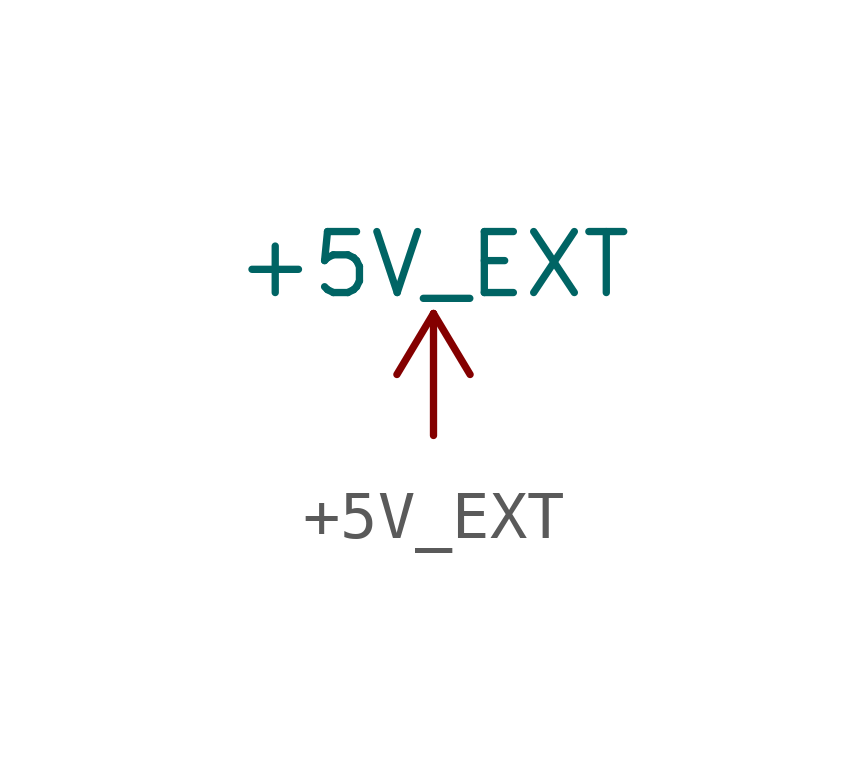
<source format=kicad_sym>
(kicad_symbol_lib
  (version 20211014)
  (generator kicad_symbol_editor)
  (symbol "+5V_EXT"
    (power)
    (pin_names
      (offset 0))
    (property "Reference" "#PWR"
      (at 0 -3.81 0)
      (effects (font (size 1.27 1.27)) hide))
    (property "Value" "+5V_EXT"
      (at 0 3.556 0)
      (effects (font (size 1.27 1.27))))
    (property "Footprint" ""
      (at 0 0 0)
      (effects (font (size 1.524 1.524))))
    (property "Datasheet" ""
      (at 0 0 0)
      (effects (font (size 1.524 1.524))))
    (symbol "+5V_EXT_0_1"
      (polyline (pts (xy -0.762 1.27) (xy 0 2.54)) (stroke (width 0) (type default) (color 0 0 0 0)) (fill (type none)))
      (polyline (pts (xy 0 0) (xy 0 2.54)) (stroke (width 0) (type default) (color 0 0 0 0)) (fill (type none)))
      (polyline (pts (xy 0 2.54) (xy 0.762 1.27)) (stroke (width 0) (type default) (color 0 0 0 0)) (fill (type none))))
    (symbol "+5V_EXT_1_1"
      (pin power_in line (at 0 0 90) (length 0) hide (name "+5V_EXT" (effects (font (size 1.27 1.27)))) (number "1" (effects (font (size 1.27 1.27))))))))
</source>
